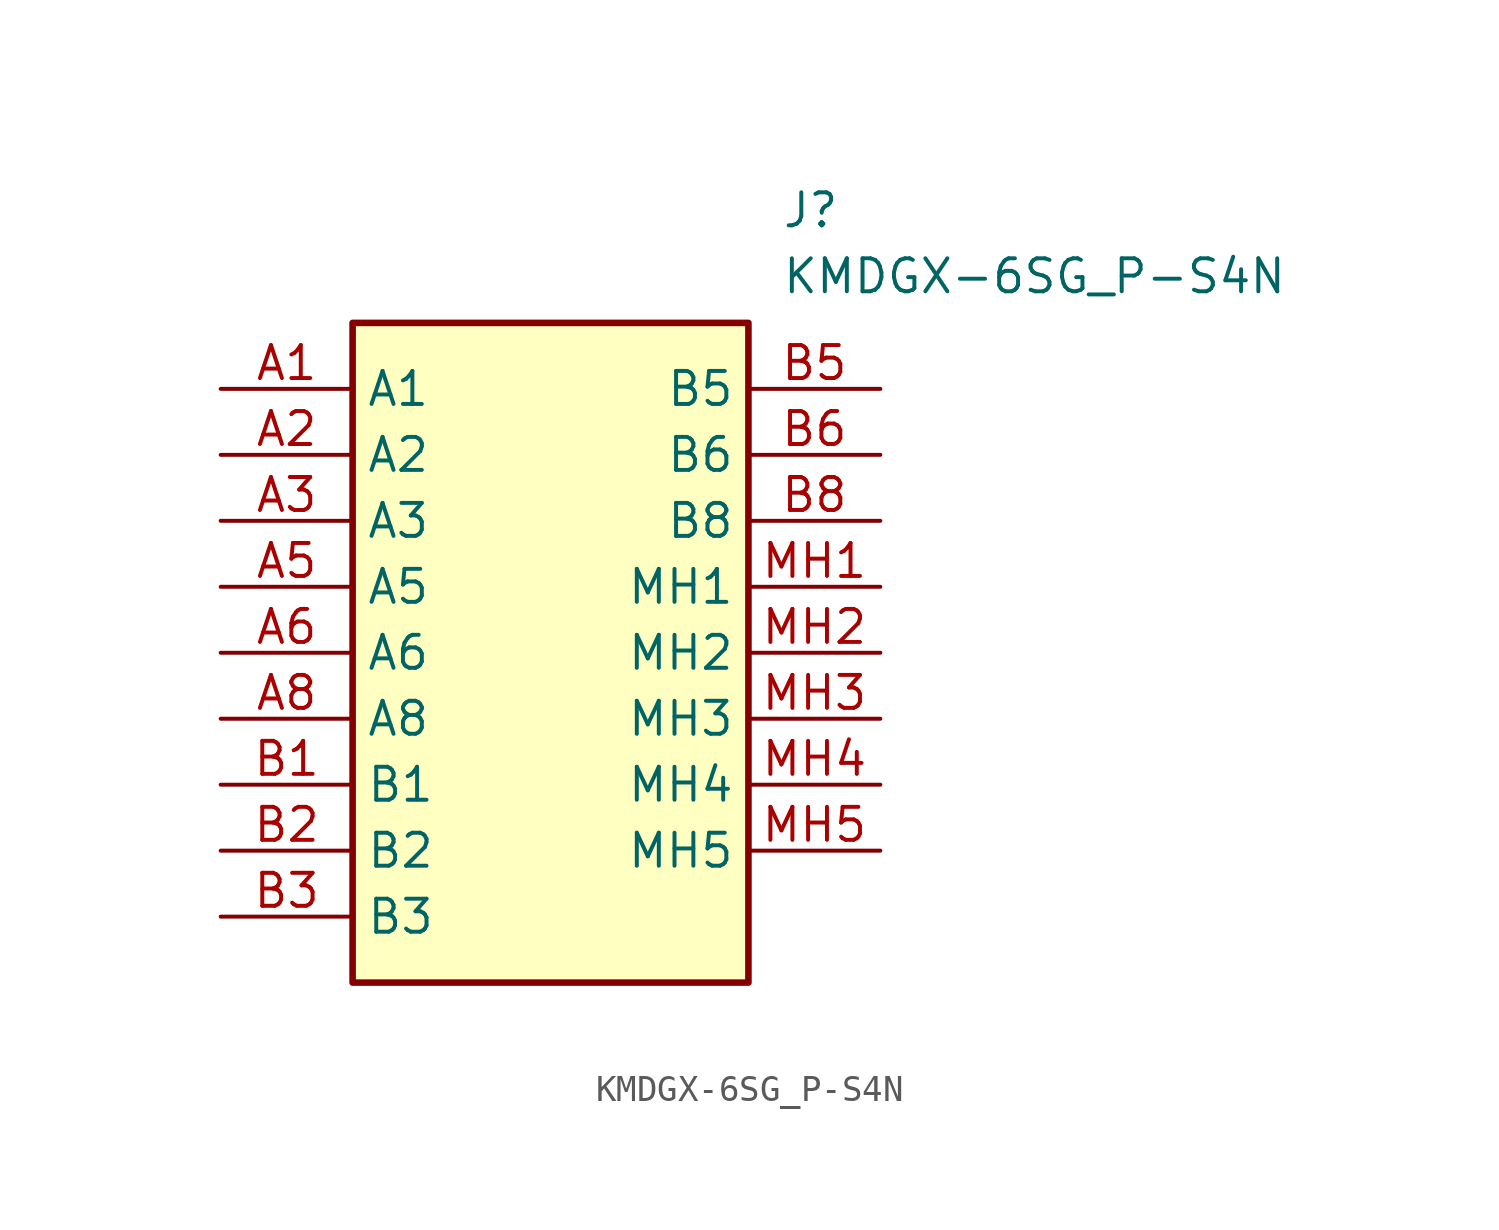
<source format=kicad_sym>
(kicad_symbol_lib
  (version 20211014)
  (generator SamacSys_ECAD_Model)
  (symbol "KMDGX-6SG_P-S4N"
    (property "Reference" "J"
      (at 21.59 7.62 0)
      (effects (font (size 1.27 1.27)) (justify left top)))
    (property "Value" "KMDGX-6SG_P-S4N"
      (at 21.59 5.08 0)
      (effects (font (size 1.27 1.27)) (justify left top)))
    (rectangle
      (start 5.08 2.54)
      (end 20.32 -22.86)
      (stroke (width 0.254) (type default))
      (fill (type background)))
    (pin passive line
      (at 0 0 0)
      (length 5.08)
      (name "A1" (effects (font (size 1.27 1.27))))
      (number "A1" (effects (font (size 1.27 1.27)))))
    (pin passive line
      (at 0 -2.54 0)
      (length 5.08)
      (name "A2" (effects (font (size 1.27 1.27))))
      (number "A2" (effects (font (size 1.27 1.27)))))
    (pin passive line
      (at 0 -5.08 0)
      (length 5.08)
      (name "A3" (effects (font (size 1.27 1.27))))
      (number "A3" (effects (font (size 1.27 1.27)))))
    (pin passive line
      (at 0 -7.62 0)
      (length 5.08)
      (name "A5" (effects (font (size 1.27 1.27))))
      (number "A5" (effects (font (size 1.27 1.27)))))
    (pin passive line
      (at 0 -10.16 0)
      (length 5.08)
      (name "A6" (effects (font (size 1.27 1.27))))
      (number "A6" (effects (font (size 1.27 1.27)))))
    (pin passive line
      (at 0 -12.7 0)
      (length 5.08)
      (name "A8" (effects (font (size 1.27 1.27))))
      (number "A8" (effects (font (size 1.27 1.27)))))
    (pin passive line
      (at 0 -15.24 0)
      (length 5.08)
      (name "B1" (effects (font (size 1.27 1.27))))
      (number "B1" (effects (font (size 1.27 1.27)))))
    (pin passive line
      (at 0 -17.78 0)
      (length 5.08)
      (name "B2" (effects (font (size 1.27 1.27))))
      (number "B2" (effects (font (size 1.27 1.27)))))
    (pin passive line
      (at 0 -20.32 0)
      (length 5.08)
      (name "B3" (effects (font (size 1.27 1.27))))
      (number "B3" (effects (font (size 1.27 1.27)))))
    (pin passive line
      (at 25.4 0 180)
      (length 5.08)
      (name "B5" (effects (font (size 1.27 1.27))))
      (number "B5" (effects (font (size 1.27 1.27)))))
    (pin passive line
      (at 25.4 -2.54 180)
      (length 5.08)
      (name "B6" (effects (font (size 1.27 1.27))))
      (number "B6" (effects (font (size 1.27 1.27)))))
    (pin passive line
      (at 25.4 -5.08 180)
      (length 5.08)
      (name "B8" (effects (font (size 1.27 1.27))))
      (number "B8" (effects (font (size 1.27 1.27)))))
    (pin passive line
      (at 25.4 -7.62 180)
      (length 5.08)
      (name "MH1" (effects (font (size 1.27 1.27))))
      (number "MH1" (effects (font (size 1.27 1.27)))))
    (pin passive line
      (at 25.4 -10.16 180)
      (length 5.08)
      (name "MH2" (effects (font (size 1.27 1.27))))
      (number "MH2" (effects (font (size 1.27 1.27)))))
    (pin passive line
      (at 25.4 -12.7 180)
      (length 5.08)
      (name "MH3" (effects (font (size 1.27 1.27))))
      (number "MH3" (effects (font (size 1.27 1.27)))))
    (pin passive line
      (at 25.4 -15.24 180)
      (length 5.08)
      (name "MH4" (effects (font (size 1.27 1.27))))
      (number "MH4" (effects (font (size 1.27 1.27)))))
    (pin passive line
      (at 25.4 -17.78 180)
      (length 5.08)
      (name "MH5" (effects (font (size 1.27 1.27))))
      (number "MH5" (effects (font (size 1.27 1.27)))))))
</source>
